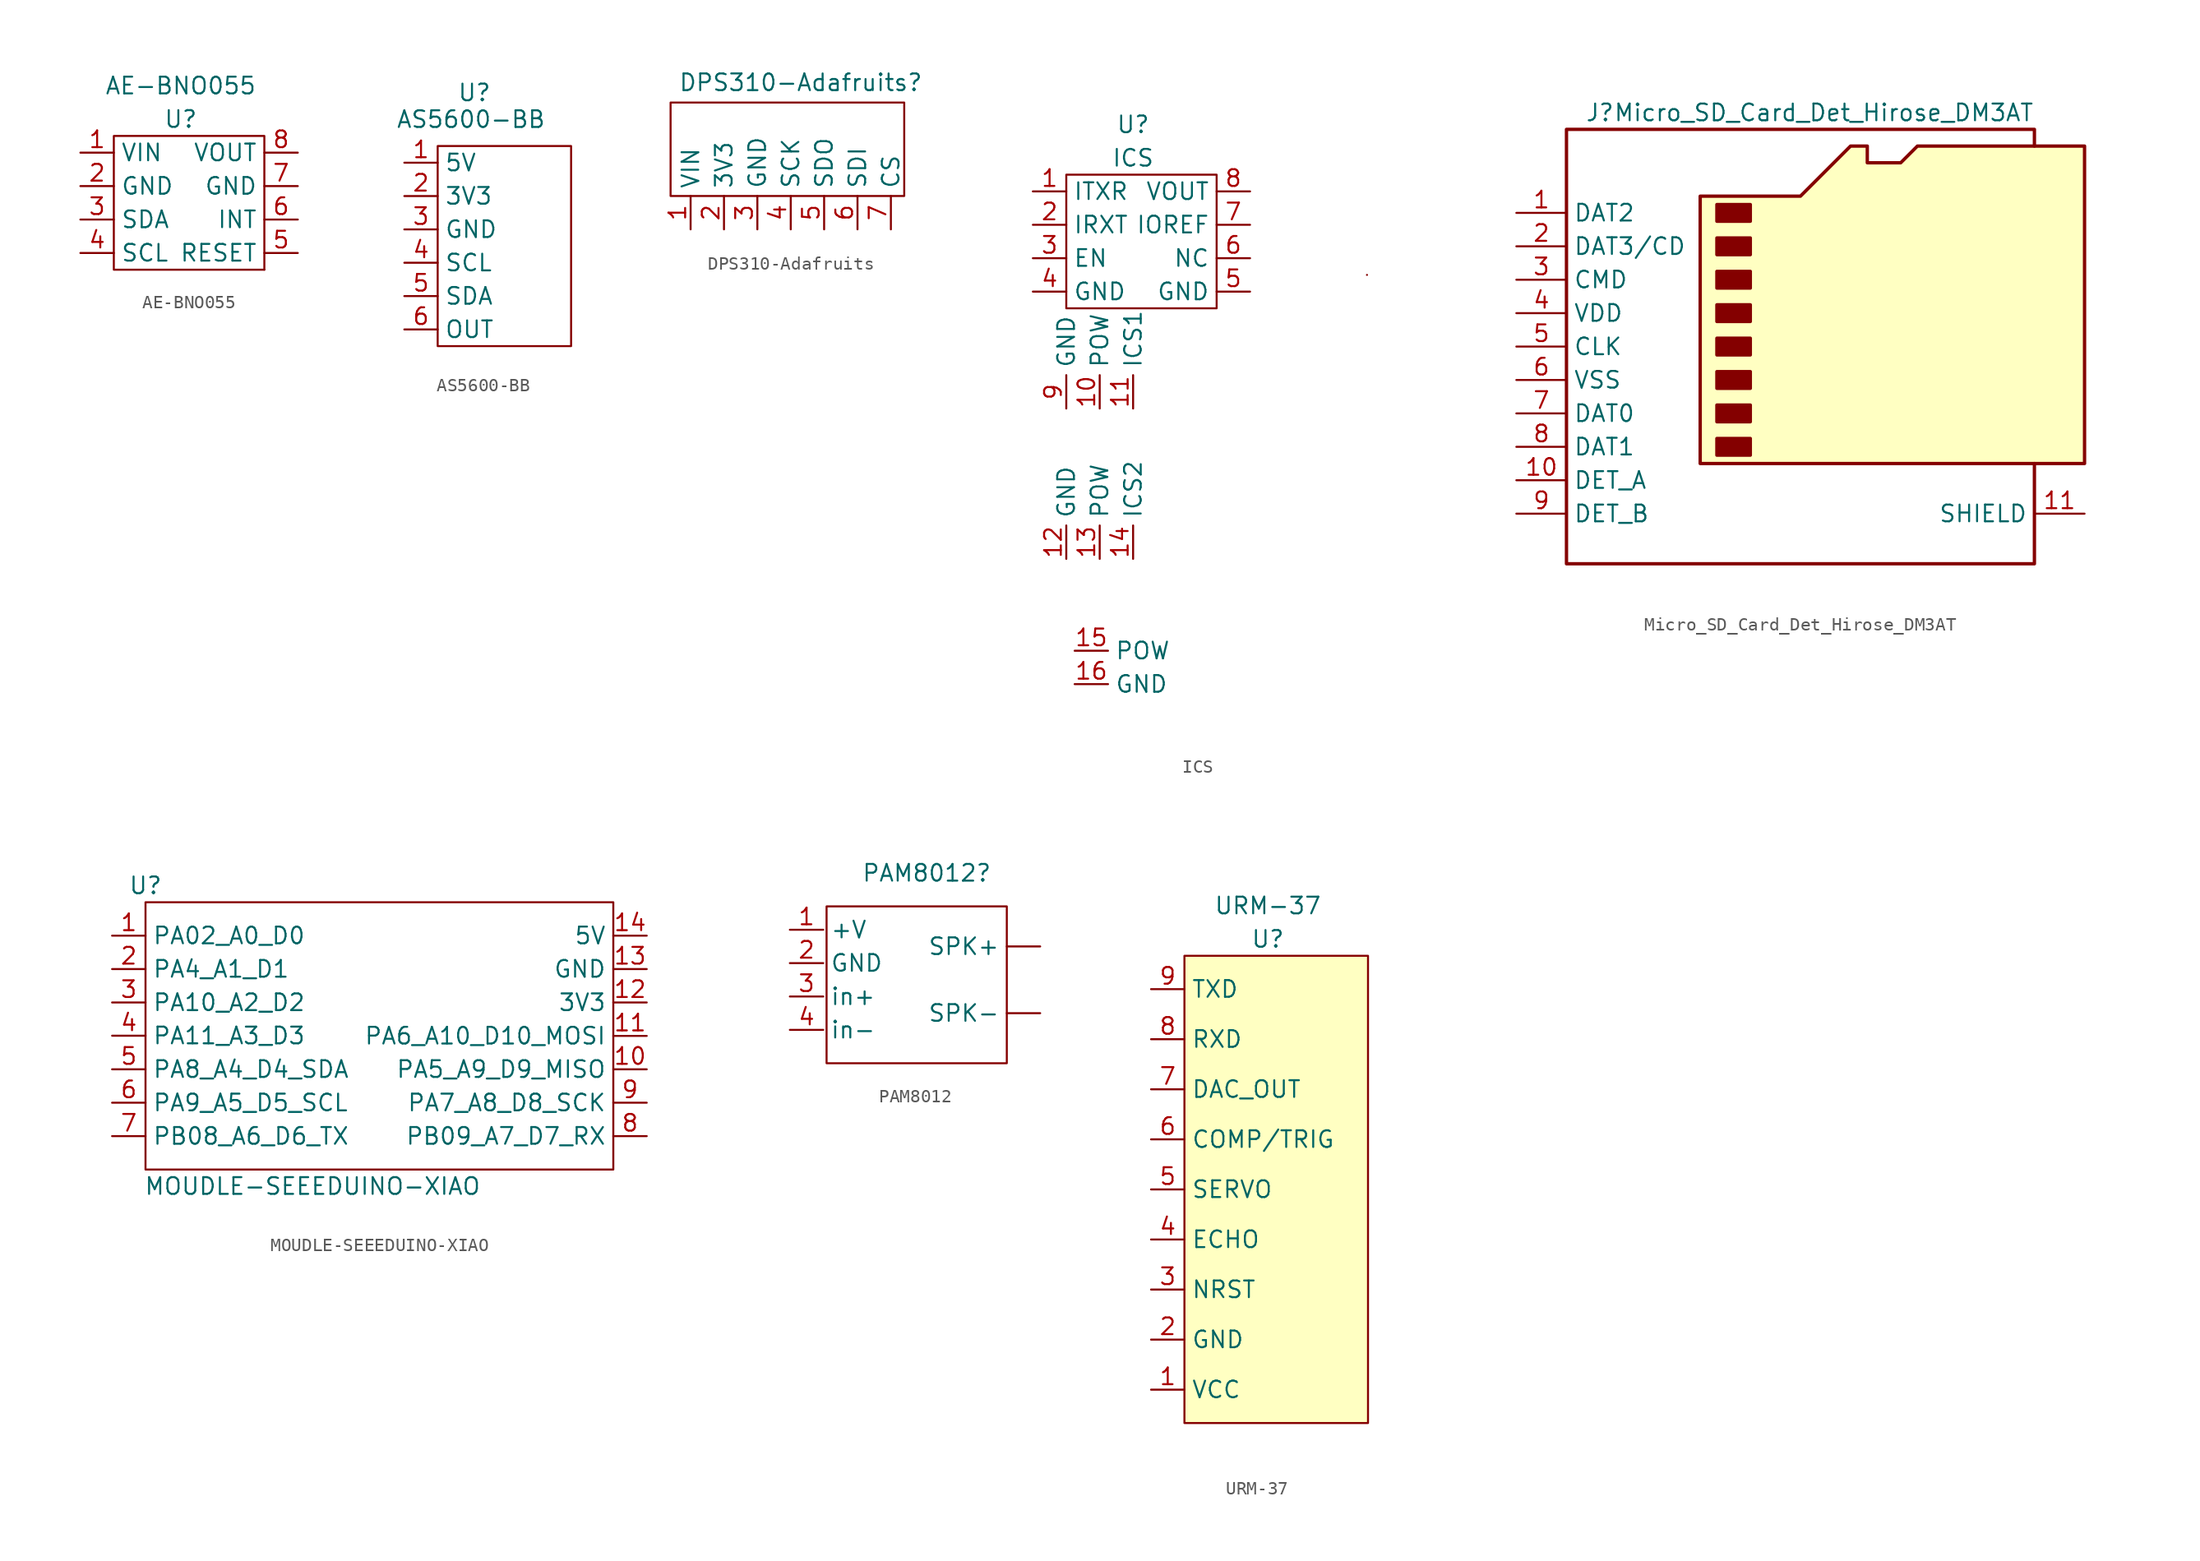
<source format=kicad_sym>
(kicad_symbol_lib
  (version 20241209)
  (generator "kicad_symbol_editor")
  (generator_version "9.0")
  (symbol "AE-BNO055"
    (property "Reference" "U"
      (at 5.08 1.27 0)
      (effects (font (size 1.27 1.27))))
    (property "Value" "AE-BNO055"
      (at 5.08 3.81 0)
      (effects (font (size 1.27 1.27))))
    (symbol "AE-BNO055_0_1"
      (rectangle (start 0 0) (end 11.43 -10.16) (stroke (width 0) (type default)) (fill (type none)))
      (rectangle (start 11.43 -10.16) (end 11.43 -10.16) (stroke (width 0) (type default)) (fill (type none))))
    (symbol "AE-BNO055_1_1"
      (pin input line (at -2.54 -1.27 0) (length 2.54) (name "VIN" (effects (font (size 1.27 1.27)))) (number "1" (effects (font (size 1.27 1.27)))))
      (pin input line (at -2.54 -3.81 0) (length 2.54) (name "GND" (effects (font (size 1.27 1.27)))) (number "2" (effects (font (size 1.27 1.27)))))
      (pin input line (at -2.54 -6.35 0) (length 2.54) (name "SDA" (effects (font (size 1.27 1.27)))) (number "3" (effects (font (size 1.27 1.27)))))
      (pin input line (at -2.54 -8.89 0) (length 2.54) (name "SCL" (effects (font (size 1.27 1.27)))) (number "4" (effects (font (size 1.27 1.27)))))
      (pin input line (at 13.97 -1.27 180) (length 2.54) (name "VOUT" (effects (font (size 1.27 1.27)))) (number "8" (effects (font (size 1.27 1.27)))))
      (pin input line (at 13.97 -3.81 180) (length 2.54) (name "GND" (effects (font (size 1.27 1.27)))) (number "7" (effects (font (size 1.27 1.27)))))
      (pin input line (at 13.97 -6.35 180) (length 2.54) (name "INT" (effects (font (size 1.27 1.27)))) (number "6" (effects (font (size 1.27 1.27)))))
      (pin input line (at 13.97 -8.89 180) (length 2.54) (name "RESET" (effects (font (size 1.27 1.27)))) (number "5" (effects (font (size 1.27 1.27)))))))
  (symbol "AS5600-BB"
    (property "Reference" "U"
      (at 0.254 11.684 0)
      (effects (font (size 1.27 1.27))))
    (property "Value" "AS5600-BB"
      (at 0 9.652 0)
      (effects (font (size 1.27 1.27))))
    (symbol "AS5600-BB_0_1"
      (rectangle (start -2.54 7.62) (end 7.62 -7.62) (stroke (width 0) (type default)) (fill (type none))))
    (symbol "AS5600-BB_1_1"
      (pin power_in line (at -5.08 6.35 0) (length 2.54) (name "5V" (effects (font (size 1.27 1.27)))) (number "1" (effects (font (size 1.27 1.27)))))
      (pin power_in line (at -5.08 3.81 0) (length 2.54) (name "3V3" (effects (font (size 1.27 1.27)))) (number "2" (effects (font (size 1.27 1.27)))))
      (pin power_in line (at -5.08 1.27 0) (length 2.54) (name "GND" (effects (font (size 1.27 1.27)))) (number "3" (effects (font (size 1.27 1.27)))))
      (pin bidirectional line (at -5.08 -1.27 0) (length 2.54) (name "SCL" (effects (font (size 1.27 1.27)))) (number "4" (effects (font (size 1.27 1.27)))))
      (pin bidirectional line (at -5.08 -3.81 0) (length 2.54) (name "SDA" (effects (font (size 1.27 1.27)))) (number "5" (effects (font (size 1.27 1.27)))))
      (pin bidirectional line (at -5.08 -6.35 0) (length 2.54) (name "OUT" (effects (font (size 1.27 1.27)))) (number "6" (effects (font (size 1.27 1.27)))))))
  (symbol "DPS310-Adafruits"
    (property "Reference" "DPS310-Adafruits"
      (at 0.762 4.826 0)
      (effects (font (size 1.27 1.27))))
    (property "Value" ""
      (at -3.81 -1.27 0)
      (effects (font (size 1.27 1.27))))
    (symbol "DPS310-Adafruits_0_1"
      (rectangle (start -9.144 3.302) (end 8.636 -3.81) (stroke (width 0) (type default)) (fill (type none))))
    (symbol "DPS310-Adafruits_1_0"
      (pin unspecified line (at -5.08 -6.35 90) (length 2.54) (name "3V3" (effects (font (size 1.27 1.27)))) (number "2" (effects (font (size 1.27 1.27)))))
      (pin unspecified line (at -2.54 -6.35 90) (length 2.54) (name "GND" (effects (font (size 1.27 1.27)))) (number "3" (effects (font (size 1.27 1.27)))))
      (pin unspecified line (at 0 -6.35 90) (length 2.54) (name "SCK" (effects (font (size 1.27 1.27)))) (number "4" (effects (font (size 1.27 1.27)))))
      (pin unspecified line (at 2.54 -6.35 90) (length 2.54) (name "SDO" (effects (font (size 1.27 1.27)))) (number "5" (effects (font (size 1.27 1.27)))))
      (pin unspecified line (at 5.08 -6.35 90) (length 2.54) (name "SDI" (effects (font (size 1.27 1.27)))) (number "6" (effects (font (size 1.27 1.27)))))
      (pin unspecified line (at 7.62 -6.35 90) (length 2.54) (name "CS" (effects (font (size 1.27 1.27)))) (number "7" (effects (font (size 1.27 1.27))))))
    (symbol "DPS310-Adafruits_1_1"
      (pin unspecified line (at -7.62 -6.35 90) (length 2.54) (name "VIN" (effects (font (size 1.27 1.27)))) (number "1" (effects (font (size 1.27 1.27)))))))
  (symbol "ICS"
    (property "Reference" "U"
      (at 5.08 3.81 0)
      (effects (font (size 1.27 1.27))))
    (property "Value" "ICS"
      (at 5.08 1.27 0)
      (effects (font (size 1.27 1.27))))
    (symbol "ICS_0_1"
      (rectangle (start 0 0) (end 11.43 -10.16) (stroke (width 0) (type default)) (fill (type none)))
      (rectangle (start 22.86 -7.62) (end 22.86 -7.62) (stroke (width 0) (type default)) (fill (type none))))
    (symbol "ICS_1_1"
      (pin input line (at -2.54 -1.27 0) (length 2.54) (name "ITXR" (effects (font (size 1.27 1.27)))) (number "1" (effects (font (size 1.27 1.27)))))
      (pin input line (at -2.54 -3.81 0) (length 2.54) (name "IRXT" (effects (font (size 1.27 1.27)))) (number "2" (effects (font (size 1.27 1.27)))))
      (pin input line (at -2.54 -6.35 0) (length 2.54) (name "EN" (effects (font (size 1.27 1.27)))) (number "3" (effects (font (size 1.27 1.27)))))
      (pin input line (at -2.54 -8.89 0) (length 2.54) (name "GND" (effects (font (size 1.27 1.27)))) (number "4" (effects (font (size 1.27 1.27)))))
      (pin input line (at 0 -17.78 90) (length 2.54) (name "GND" (effects (font (size 1.27 1.27)))) (number "9" (effects (font (size 1.27 1.27)))))
      (pin input line (at 0 -29.21 90) (length 2.54) (name "GND" (effects (font (size 1.27 1.27)))) (number "12" (effects (font (size 1.27 1.27)))))
      (pin input line (at 0.635 -36.195 0) (length 2.54) (name "POW" (effects (font (size 1.27 1.27)))) (number "15" (effects (font (size 1.27 1.27)))))
      (pin input line (at 0.635 -38.735 0) (length 2.54) (name "GND" (effects (font (size 1.27 1.27)))) (number "16" (effects (font (size 1.27 1.27)))))
      (pin input line (at 2.54 -17.78 90) (length 2.54) (name "POW" (effects (font (size 1.27 1.27)))) (number "10" (effects (font (size 1.27 1.27)))))
      (pin input line (at 2.54 -29.21 90) (length 2.54) (name "POW" (effects (font (size 1.27 1.27)))) (number "13" (effects (font (size 1.27 1.27)))))
      (pin input line (at 5.08 -17.78 90) (length 2.54) (name "ICS1" (effects (font (size 1.27 1.27)))) (number "11" (effects (font (size 1.27 1.27)))))
      (pin input line (at 5.08 -29.21 90) (length 2.54) (name "ICS2" (effects (font (size 1.27 1.27)))) (number "14" (effects (font (size 1.27 1.27)))))
      (pin input line (at 13.97 -1.27 180) (length 2.54) (name "VOUT" (effects (font (size 1.27 1.27)))) (number "8" (effects (font (size 1.27 1.27)))))
      (pin input line (at 13.97 -3.81 180) (length 2.54) (name "IOREF" (effects (font (size 1.27 1.27)))) (number "7" (effects (font (size 1.27 1.27)))))
      (pin input line (at 13.97 -6.35 180) (length 2.54) (name "NC" (effects (font (size 1.27 1.27)))) (number "6" (effects (font (size 1.27 1.27)))))
      (pin input line (at 13.97 -8.89 180) (length 2.54) (name "GND" (effects (font (size 1.27 1.27)))) (number "5" (effects (font (size 1.27 1.27)))))))
  (symbol "Micro_SD_Card_Det_Hirose_DM3AT"
    (property "Reference" "J"
      (at -16.51 17.78 0)
      (effects (font (size 1.27 1.27))))
    (property "Value" "Micro_SD_Card_Det_Hirose_DM3AT"
      (at 16.51 17.78 0)
      (effects (font (size 1.27 1.27)) (justify right)))
    (symbol "Micro_SD_Card_Det_Hirose_DM3AT_0_1"
      (polyline (pts (xy -8.89 -8.89) (xy -8.89 11.43) (xy -1.27 11.43) (xy 2.54 15.24) (xy 3.81 15.24) (xy 3.81 13.97) (xy 6.35 13.97) (xy 7.62 15.24) (xy 20.32 15.24) (xy 20.32 -8.89) (xy -8.89 -8.89)) (stroke (width 0.254) (type default)) (fill (type background)))
      (rectangle (start -7.62 10.795) (end -5.08 9.525) (stroke (width 0.254) (type default)) (fill (type outline)))
      (rectangle (start -7.62 8.255) (end -5.08 6.985) (stroke (width 0.254) (type default)) (fill (type outline)))
      (rectangle (start -7.62 5.715) (end -5.08 4.445) (stroke (width 0.254) (type default)) (fill (type outline)))
      (rectangle (start -7.62 3.175) (end -5.08 1.905) (stroke (width 0.254) (type default)) (fill (type outline)))
      (rectangle (start -7.62 0.635) (end -5.08 -0.635) (stroke (width 0.254) (type default)) (fill (type outline)))
      (rectangle (start -7.62 -1.905) (end -5.08 -3.175) (stroke (width 0.254) (type default)) (fill (type outline)))
      (rectangle (start -7.62 -4.445) (end -5.08 -5.715) (stroke (width 0.254) (type default)) (fill (type outline)))
      (rectangle (start -7.62 -6.985) (end -5.08 -8.255) (stroke (width 0.254) (type default)) (fill (type outline)))
      (polyline (pts (xy 16.51 15.24) (xy 16.51 16.51) (xy -19.05 16.51) (xy -19.05 -16.51) (xy 16.51 -16.51) (xy 16.51 -8.89)) (stroke (width 0.254) (type default)) (fill (type none))))
    (symbol "Micro_SD_Card_Det_Hirose_DM3AT_1_1"
      (pin bidirectional line (at -22.86 10.16 0) (length 3.81) (name "DAT2" (effects (font (size 1.27 1.27)))) (number "1" (effects (font (size 1.27 1.27)))))
      (pin bidirectional line (at -22.86 7.62 0) (length 3.81) (name "DAT3/CD" (effects (font (size 1.27 1.27)))) (number "2" (effects (font (size 1.27 1.27)))))
      (pin input line (at -22.86 5.08 0) (length 3.81) (name "CMD" (effects (font (size 1.27 1.27)))) (number "3" (effects (font (size 1.27 1.27)))))
      (pin power_in line (at -22.86 2.54 0) (length 3.81) (name "VDD" (effects (font (size 1.27 1.27)))) (number "4" (effects (font (size 1.27 1.27)))))
      (pin input line (at -22.86 0 0) (length 3.81) (name "CLK" (effects (font (size 1.27 1.27)))) (number "5" (effects (font (size 1.27 1.27)))))
      (pin power_in line (at -22.86 -2.54 0) (length 3.81) (name "VSS" (effects (font (size 1.27 1.27)))) (number "6" (effects (font (size 1.27 1.27)))))
      (pin bidirectional line (at -22.86 -5.08 0) (length 3.81) (name "DAT0" (effects (font (size 1.27 1.27)))) (number "7" (effects (font (size 1.27 1.27)))))
      (pin bidirectional line (at -22.86 -7.62 0) (length 3.81) (name "DAT1" (effects (font (size 1.27 1.27)))) (number "8" (effects (font (size 1.27 1.27)))))
      (pin passive line (at -22.86 -10.16 0) (length 3.81) (name "DET_A" (effects (font (size 1.27 1.27)))) (number "10" (effects (font (size 1.27 1.27)))))
      (pin passive line (at -22.86 -12.7 0) (length 3.81) (name "DET_B" (effects (font (size 1.27 1.27)))) (number "9" (effects (font (size 1.27 1.27)))))
      (pin passive line (at 20.32 -12.7 180) (length 3.81) (name "SHIELD" (effects (font (size 1.27 1.27)))) (number "11" (effects (font (size 1.27 1.27)))))))
  (symbol "MOUDLE-SEEEDUINO-XIAO"
    (property "Reference" "U"
      (at -16.51 11.43 0)
      (effects (font (size 1.27 1.27))))
    (property "Value" "MOUDLE-SEEEDUINO-XIAO"
      (at -3.81 -11.43 0)
      (effects (font (size 1.27 1.27))))
    (symbol "MOUDLE-SEEEDUINO-XIAO_0_1"
      (rectangle (start -16.51 10.16) (end 19.05 -10.16) (stroke (width 0) (type default)) (fill (type none))))
    (symbol "MOUDLE-SEEEDUINO-XIAO_1_1"
      (pin unspecified line (at -19.05 7.62 0) (length 2.54) (name "PA02_A0_D0" (effects (font (size 1.27 1.27)))) (number "1" (effects (font (size 1.27 1.27)))))
      (pin unspecified line (at -19.05 5.08 0) (length 2.54) (name "PA4_A1_D1" (effects (font (size 1.27 1.27)))) (number "2" (effects (font (size 1.27 1.27)))))
      (pin unspecified line (at -19.05 2.54 0) (length 2.54) (name "PA10_A2_D2" (effects (font (size 1.27 1.27)))) (number "3" (effects (font (size 1.27 1.27)))))
      (pin unspecified line (at -19.05 -2.54 0) (length 2.54) (name "PA8_A4_D4_SDA" (effects (font (size 1.27 1.27)))) (number "5" (effects (font (size 1.27 1.27)))))
      (pin unspecified line (at -19.05 -5.08 0) (length 2.54) (name "PA9_A5_D5_SCL" (effects (font (size 1.27 1.27)))) (number "6" (effects (font (size 1.27 1.27)))))
      (pin unspecified line (at -19.05 -7.62 0) (length 2.54) (name "PB08_A6_D6_TX" (effects (font (size 1.27 1.27)))) (number "7" (effects (font (size 1.27 1.27)))))
      (pin unspecified line (at -19.047 0.015 0) (length 2.54) (name "PA11_A3_D3" (effects (font (size 1.27 1.27)))) (number "4" (effects (font (size 1.27 1.27)))))
      (pin unspecified line (at 21.59 7.62 180) (length 2.54) (name "5V" (effects (font (size 1.27 1.27)))) (number "14" (effects (font (size 1.27 1.27)))))
      (pin unspecified line (at 21.59 5.08 180) (length 2.54) (name "GND" (effects (font (size 1.27 1.27)))) (number "13" (effects (font (size 1.27 1.27)))))
      (pin unspecified line (at 21.59 2.54 180) (length 2.54) (name "3V3" (effects (font (size 1.27 1.27)))) (number "12" (effects (font (size 1.27 1.27)))))
      (pin unspecified line (at 21.59 0 180) (length 2.54) (name "PA6_A10_D10_MOSI" (effects (font (size 1.27 1.27)))) (number "11" (effects (font (size 1.27 1.27)))))
      (pin unspecified line (at 21.59 -2.54 180) (length 2.54) (name "PA5_A9_D9_MISO" (effects (font (size 1.27 1.27)))) (number "10" (effects (font (size 1.27 1.27)))))
      (pin unspecified line (at 21.59 -5.08 180) (length 2.54) (name "PA7_A8_D8_SCK" (effects (font (size 1.27 1.27)))) (number "9" (effects (font (size 1.27 1.27)))))
      (pin unspecified line (at 21.59 -7.62 180) (length 2.54) (name "PB09_A7_D7_RX" (effects (font (size 1.27 1.27)))) (number "8" (effects (font (size 1.27 1.27)))))))
  (symbol "PAM8012"
    (property "Reference" "PAM8012"
      (at 0.254 6.858 0)
      (effects (font (size 1.27 1.27))))
    (property "Value" ""
      (at 1.27 -1.27 0)
      (effects (font (size 1.27 1.27))))
    (symbol "PAM8012_0_1"
      (rectangle (start -7.366 4.318) (end 6.35 -7.62) (stroke (width 0) (type default)) (fill (type none))))
    (symbol "PAM8012_1_0"
      (pin power_in line (at -10.16 0 0) (length 2.54) (name "GND" (effects (font (size 1.27 1.27)))) (number "2" (effects (font (size 1.27 1.27)))))
      (pin input line (at -10.16 -2.54 0) (length 2.54) (name "in+" (effects (font (size 1.27 1.27)))) (number "3" (effects (font (size 1.27 1.27)))))
      (pin input line (at -10.16 -5.08 0) (length 2.54) (name "in-" (effects (font (size 1.27 1.27)))) (number "4" (effects (font (size 1.27 1.27))))))
    (symbol "PAM8012_1_1"
      (pin power_in line (at -10.16 2.54 0) (length 2.54) (name "+V" (effects (font (size 1.27 1.27)))) (number "1" (effects (font (size 1.27 1.27)))))
      (pin power_out line (at 8.89 1.27 180) (length 2.54) (name "SPK+" (effects (font (size 1.27 1.27)))) (number "" (effects (font (size 1.27 1.27)))))
      (pin power_out line (at 8.89 -3.81 180) (length 2.54) (name "SPK-" (effects (font (size 1.27 1.27)))) (number "" (effects (font (size 1.27 1.27)))))))
  (symbol "URM-37"
    (property "Reference" "U"
      (at 7.62 0 0)
      (effects (font (size 1.27 1.27))))
    (property "Value" "URM-37"
      (at 7.62 2.54 0)
      (effects (font (size 1.27 1.27))))
    (symbol "URM-37_0_1"
      (rectangle (start 15.24 -36.83) (end 1.27 -1.27) (stroke (width 0) (type default)) (fill (type background))))
    (symbol "URM-37_1_1"
      (pin bidirectional line (at -1.27 -3.81 0) (length 2.54) (name "TXD" (effects (font (size 1.27 1.27)))) (number "9" (effects (font (size 1.27 1.27)))))
      (pin bidirectional line (at -1.27 -7.62 0) (length 2.54) (name "RXD" (effects (font (size 1.27 1.27)))) (number "8" (effects (font (size 1.27 1.27)))))
      (pin bidirectional line (at -1.27 -11.43 0) (length 2.54) (name "DAC_OUT" (effects (font (size 1.27 1.27)))) (number "7" (effects (font (size 1.27 1.27)))))
      (pin bidirectional line (at -1.27 -15.24 0) (length 2.54) (name "COMP/TRIG" (effects (font (size 1.27 1.27)))) (number "6" (effects (font (size 1.27 1.27)))))
      (pin bidirectional line (at -1.27 -19.05 0) (length 2.54) (name "SERVO" (effects (font (size 1.27 1.27)))) (number "5" (effects (font (size 1.27 1.27)))))
      (pin bidirectional line (at -1.27 -22.86 0) (length 2.54) (name "ECHO" (effects (font (size 1.27 1.27)))) (number "4" (effects (font (size 1.27 1.27)))))
      (pin bidirectional line (at -1.27 -26.67 0) (length 2.54) (name "NRST" (effects (font (size 1.27 1.27)))) (number "3" (effects (font (size 1.27 1.27)))))
      (pin bidirectional line (at -1.27 -30.48 0) (length 2.54) (name "GND" (effects (font (size 1.27 1.27)))) (number "2" (effects (font (size 1.27 1.27)))))
      (pin bidirectional line (at -1.27 -34.29 0) (length 2.54) (name "VCC" (effects (font (size 1.27 1.27)))) (number "1" (effects (font (size 1.27 1.27))))))))
</source>
